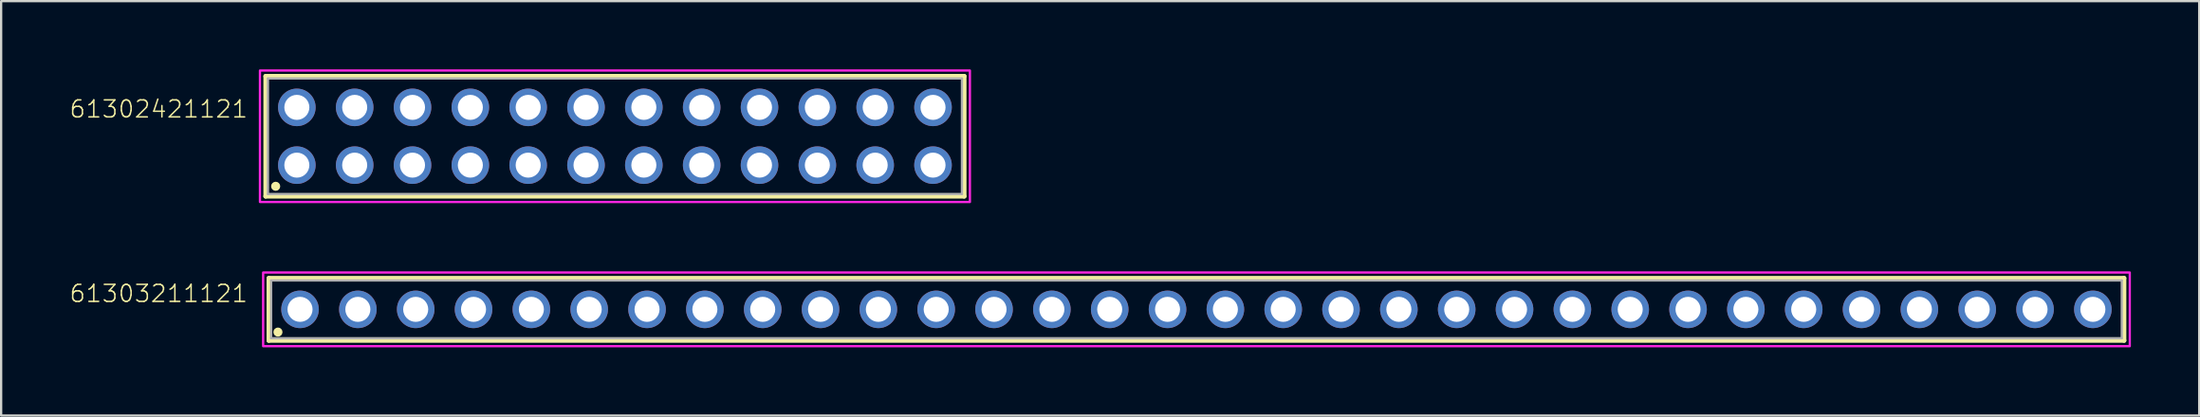
<source format=kicad_pcb>
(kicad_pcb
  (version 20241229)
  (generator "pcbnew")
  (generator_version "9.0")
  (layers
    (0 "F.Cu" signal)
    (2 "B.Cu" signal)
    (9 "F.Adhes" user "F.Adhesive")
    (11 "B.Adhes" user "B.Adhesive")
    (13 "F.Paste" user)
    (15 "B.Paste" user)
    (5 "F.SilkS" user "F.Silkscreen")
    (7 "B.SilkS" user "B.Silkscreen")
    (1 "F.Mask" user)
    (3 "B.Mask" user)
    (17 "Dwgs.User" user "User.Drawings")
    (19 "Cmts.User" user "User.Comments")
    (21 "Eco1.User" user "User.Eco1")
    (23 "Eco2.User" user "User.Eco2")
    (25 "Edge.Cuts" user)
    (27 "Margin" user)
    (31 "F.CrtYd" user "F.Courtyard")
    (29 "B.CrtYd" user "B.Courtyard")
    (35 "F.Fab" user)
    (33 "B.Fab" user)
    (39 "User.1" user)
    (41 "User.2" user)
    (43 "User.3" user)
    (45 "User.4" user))
  (footprint "61302421121"
    (layer "F.Cu")
    (at 23.957 2.94)
    (property "Reference" "61302421121" (at -16.078 -0.756 0) (unlocked yes) (layer "F.SilkS") (effects (font (size 0.748 0.748) (thickness 0.065)) (justify right bottom)))
    (fp_line (start -15.34 -2.64) (end 15.34 -2.64) (stroke (width 0.2) (type solid)) (layer "F.SilkS"))
    (fp_line (start -15.34 2.64) (end -15.34 -2.64) (stroke (width 0.2) (type solid)) (layer "F.SilkS"))
    (fp_line (start 15.34 -2.64) (end 15.34 2.64) (stroke (width 0.2) (type solid)) (layer "F.SilkS"))
    (fp_line (start 15.34 2.64) (end -15.34 2.64) (stroke (width 0.2) (type solid)) (layer "F.SilkS"))
    (fp_circle (center -14.9 2.2) (end -14.8 2.2) (stroke (width 0.2) (type solid)) (fill no) (layer "F.SilkS"))
    (fp_poly (pts (xy 15.59 2.89) (xy -15.59 2.89) (xy -15.59 -2.89) (xy 15.59 -2.89)) (stroke (width 0.1) (type default)) (fill no) (layer "F.CrtYd"))
    (fp_line (start -15.24 -2.54) (end 15.24 -2.54) (stroke (width 0.1) (type solid)) (layer "F.Fab"))
    (fp_line (start -15.24 2.54) (end -15.24 -2.54) (stroke (width 0.1) (type solid)) (layer "F.Fab"))
    (fp_line (start 15.24 -2.54) (end 15.24 2.54) (stroke (width 0.1) (type solid)) (layer "F.Fab"))
    (fp_line (start 15.24 2.54) (end -15.24 2.54) (stroke (width 0.1) (type solid)) (layer "F.Fab"))
    (pad "1" thru_hole circle (at -13.97 1.27 90) (size 1.65 1.65) (drill 1.1) (layers "*.Cu" "*.Mask"))
    (pad "2" thru_hole circle (at -13.97 -1.27 270) (size 1.65 1.65) (drill 1.1) (layers "*.Cu" "*.Mask"))
    (pad "3" thru_hole circle (at -11.43 1.27 90) (size 1.65 1.65) (drill 1.1) (layers "*.Cu" "*.Mask"))
    (pad "4" thru_hole circle (at -11.43 -1.27 270) (size 1.65 1.65) (drill 1.1) (layers "*.Cu" "*.Mask"))
    (pad "5" thru_hole circle (at -8.89 1.27 90) (size 1.65 1.65) (drill 1.1) (layers "*.Cu" "*.Mask"))
    (pad "6" thru_hole circle (at -8.89 -1.27 270) (size 1.65 1.65) (drill 1.1) (layers "*.Cu" "*.Mask"))
    (pad "7" thru_hole circle (at -6.35 1.27 90) (size 1.65 1.65) (drill 1.1) (layers "*.Cu" "*.Mask"))
    (pad "8" thru_hole circle (at -6.35 -1.27 270) (size 1.65 1.65) (drill 1.1) (layers "*.Cu" "*.Mask"))
    (pad "9" thru_hole circle (at -3.81 1.27 90) (size 1.65 1.65) (drill 1.1) (layers "*.Cu" "*.Mask"))
    (pad "10" thru_hole circle (at -3.81 -1.27 270) (size 1.65 1.65) (drill 1.1) (layers "*.Cu" "*.Mask"))
    (pad "11" thru_hole circle (at -1.27 1.27 90) (size 1.65 1.65) (drill 1.1) (layers "*.Cu" "*.Mask"))
    (pad "12" thru_hole circle (at -1.27 -1.27 270) (size 1.65 1.65) (drill 1.1) (layers "*.Cu" "*.Mask"))
    (pad "13" thru_hole circle (at 1.27 1.27 90) (size 1.65 1.65) (drill 1.1) (layers "*.Cu" "*.Mask"))
    (pad "14" thru_hole circle (at 1.27 -1.27 270) (size 1.65 1.65) (drill 1.1) (layers "*.Cu" "*.Mask"))
    (pad "15" thru_hole circle (at 3.81 1.27 90) (size 1.65 1.65) (drill 1.1) (layers "*.Cu" "*.Mask"))
    (pad "16" thru_hole circle (at 3.81 -1.27 270) (size 1.65 1.65) (drill 1.1) (layers "*.Cu" "*.Mask"))
    (pad "17" thru_hole circle (at 6.35 1.27 90) (size 1.65 1.65) (drill 1.1) (layers "*.Cu" "*.Mask"))
    (pad "18" thru_hole circle (at 6.35 -1.27 270) (size 1.65 1.65) (drill 1.1) (layers "*.Cu" "*.Mask"))
    (pad "19" thru_hole circle (at 8.89 1.27 90) (size 1.65 1.65) (drill 1.1) (layers "*.Cu" "*.Mask"))
    (pad "20" thru_hole circle (at 8.89 -1.27 270) (size 1.65 1.65) (drill 1.1) (layers "*.Cu" "*.Mask"))
    (pad "21" thru_hole circle (at 11.43 1.27 90) (size 1.65 1.65) (drill 1.1) (layers "*.Cu" "*.Mask"))
    (pad "22" thru_hole circle (at 11.43 -1.27 270) (size 1.65 1.65) (drill 1.1) (layers "*.Cu" "*.Mask"))
    (pad "23" thru_hole circle (at 13.97 1.27 90) (size 1.65 1.65) (drill 1.1) (layers "*.Cu" "*.Mask"))
    (pad "24" thru_hole circle (at 13.97 -1.27 270) (size 1.65 1.65) (drill 1.1) (layers "*.Cu" "*.Mask")))
  (footprint "61303211121"
    (layer "F.Cu")
    (at 46.957 10.55)
    (property "Reference" "61303211121" (at -39.078 -0.256 0) (unlocked yes) (layer "F.SilkS") (effects (font (size 0.748 0.748) (thickness 0.065)) (justify right bottom)))
    (fp_line (start -38.2 -1.37) (end 43.28 -1.37) (stroke (width 0.2) (type solid)) (layer "F.SilkS"))
    (fp_line (start -38.2 1.37) (end -38.2 -1.37) (stroke (width 0.2) (type solid)) (layer "F.SilkS"))
    (fp_line (start 43.28 -1.37) (end 43.28 1.37) (stroke (width 0.2) (type solid)) (layer "F.SilkS"))
    (fp_line (start 43.28 1.37) (end -38.2 1.37) (stroke (width 0.2) (type solid)) (layer "F.SilkS"))
    (fp_circle (center -37.8 1) (end -37.7 1) (stroke (width 0.2) (type solid)) (fill no) (layer "F.SilkS"))
    (fp_poly (pts (xy 43.53 1.62) (xy -38.45 1.62) (xy -38.45 -1.62) (xy 43.53 -1.62)) (stroke (width 0.1) (type default)) (fill no) (layer "F.CrtYd"))
    (fp_line (start -38.1 -1.27) (end -38.1 1.27) (stroke (width 0.1) (type solid)) (layer "F.Fab"))
    (fp_line (start -38.1 1.27) (end 43.18 1.27) (stroke (width 0.1) (type solid)) (layer "F.Fab"))
    (fp_line (start 43.18 -1.27) (end -38.1 -1.27) (stroke (width 0.1) (type solid)) (layer "F.Fab"))
    (fp_line (start 43.18 1.27) (end 43.18 -1.27) (stroke (width 0.1) (type solid)) (layer "F.Fab"))
    (pad "1" thru_hole circle (at -36.83 0) (size 1.65 1.65) (drill 1.1) (layers "*.Cu" "*.Mask"))
    (pad "2" thru_hole circle (at -34.29 0) (size 1.65 1.65) (drill 1.1) (layers "*.Cu" "*.Mask"))
    (pad "3" thru_hole circle (at -31.75 0) (size 1.65 1.65) (drill 1.1) (layers "*.Cu" "*.Mask"))
    (pad "4" thru_hole circle (at -29.21 0) (size 1.65 1.65) (drill 1.1) (layers "*.Cu" "*.Mask"))
    (pad "5" thru_hole circle (at -26.67 0) (size 1.65 1.65) (drill 1.1) (layers "*.Cu" "*.Mask"))
    (pad "6" thru_hole circle (at -24.13 0) (size 1.65 1.65) (drill 1.1) (layers "*.Cu" "*.Mask"))
    (pad "7" thru_hole circle (at -21.59 0) (size 1.65 1.65) (drill 1.1) (layers "*.Cu" "*.Mask"))
    (pad "8" thru_hole circle (at -19.05 0) (size 1.65 1.65) (drill 1.1) (layers "*.Cu" "*.Mask"))
    (pad "9" thru_hole circle (at -16.51 0) (size 1.65 1.65) (drill 1.1) (layers "*.Cu" "*.Mask"))
    (pad "10" thru_hole circle (at -13.97 0) (size 1.65 1.65) (drill 1.1) (layers "*.Cu" "*.Mask"))
    (pad "11" thru_hole circle (at -11.43 0) (size 1.65 1.65) (drill 1.1) (layers "*.Cu" "*.Mask"))
    (pad "12" thru_hole circle (at -8.89 0) (size 1.65 1.65) (drill 1.1) (layers "*.Cu" "*.Mask"))
    (pad "13" thru_hole circle (at -6.35 0) (size 1.65 1.65) (drill 1.1) (layers "*.Cu" "*.Mask"))
    (pad "14" thru_hole circle (at -3.81 0) (size 1.65 1.65) (drill 1.1) (layers "*.Cu" "*.Mask"))
    (pad "15" thru_hole circle (at -1.27 0) (size 1.65 1.65) (drill 1.1) (layers "*.Cu" "*.Mask"))
    (pad "16" thru_hole circle (at 1.27 0) (size 1.65 1.65) (drill 1.1) (layers "*.Cu" "*.Mask"))
    (pad "17" thru_hole circle (at 3.81 0) (size 1.65 1.65) (drill 1.1) (layers "*.Cu" "*.Mask"))
    (pad "18" thru_hole circle (at 6.35 0) (size 1.65 1.65) (drill 1.1) (layers "*.Cu" "*.Mask"))
    (pad "19" thru_hole circle (at 8.89 0) (size 1.65 1.65) (drill 1.1) (layers "*.Cu" "*.Mask"))
    (pad "20" thru_hole circle (at 11.43 0) (size 1.65 1.65) (drill 1.1) (layers "*.Cu" "*.Mask"))
    (pad "21" thru_hole circle (at 13.97 0) (size 1.65 1.65) (drill 1.1) (layers "*.Cu" "*.Mask"))
    (pad "22" thru_hole circle (at 16.51 0) (size 1.65 1.65) (drill 1.1) (layers "*.Cu" "*.Mask"))
    (pad "23" thru_hole circle (at 19.05 0) (size 1.65 1.65) (drill 1.1) (layers "*.Cu" "*.Mask"))
    (pad "24" thru_hole circle (at 21.59 0) (size 1.65 1.65) (drill 1.1) (layers "*.Cu" "*.Mask"))
    (pad "25" thru_hole circle (at 24.13 0) (size 1.65 1.65) (drill 1.1) (layers "*.Cu" "*.Mask"))
    (pad "26" thru_hole circle (at 26.67 0) (size 1.65 1.65) (drill 1.1) (layers "*.Cu" "*.Mask"))
    (pad "27" thru_hole circle (at 29.21 0) (size 1.65 1.65) (drill 1.1) (layers "*.Cu" "*.Mask"))
    (pad "28" thru_hole circle (at 31.75 0) (size 1.65 1.65) (drill 1.1) (layers "*.Cu" "*.Mask"))
    (pad "29" thru_hole circle (at 34.29 0) (size 1.65 1.65) (drill 1.1) (layers "*.Cu" "*.Mask"))
    (pad "30" thru_hole circle (at 36.83 0) (size 1.65 1.65) (drill 1.1) (layers "*.Cu" "*.Mask"))
    (pad "31" thru_hole circle (at 39.37 0) (size 1.65 1.65) (drill 1.1) (layers "*.Cu" "*.Mask"))
    (pad "32" thru_hole circle (at 41.91 0) (size 1.65 1.65) (drill 1.1) (layers "*.Cu" "*.Mask")))
  (gr_rect
    (start -3 -3)
    (end 93.537 15.22)
    (stroke (width 0.1) (type default))
    (fill no)
    (layer "Edge.Cuts")))
</source>
